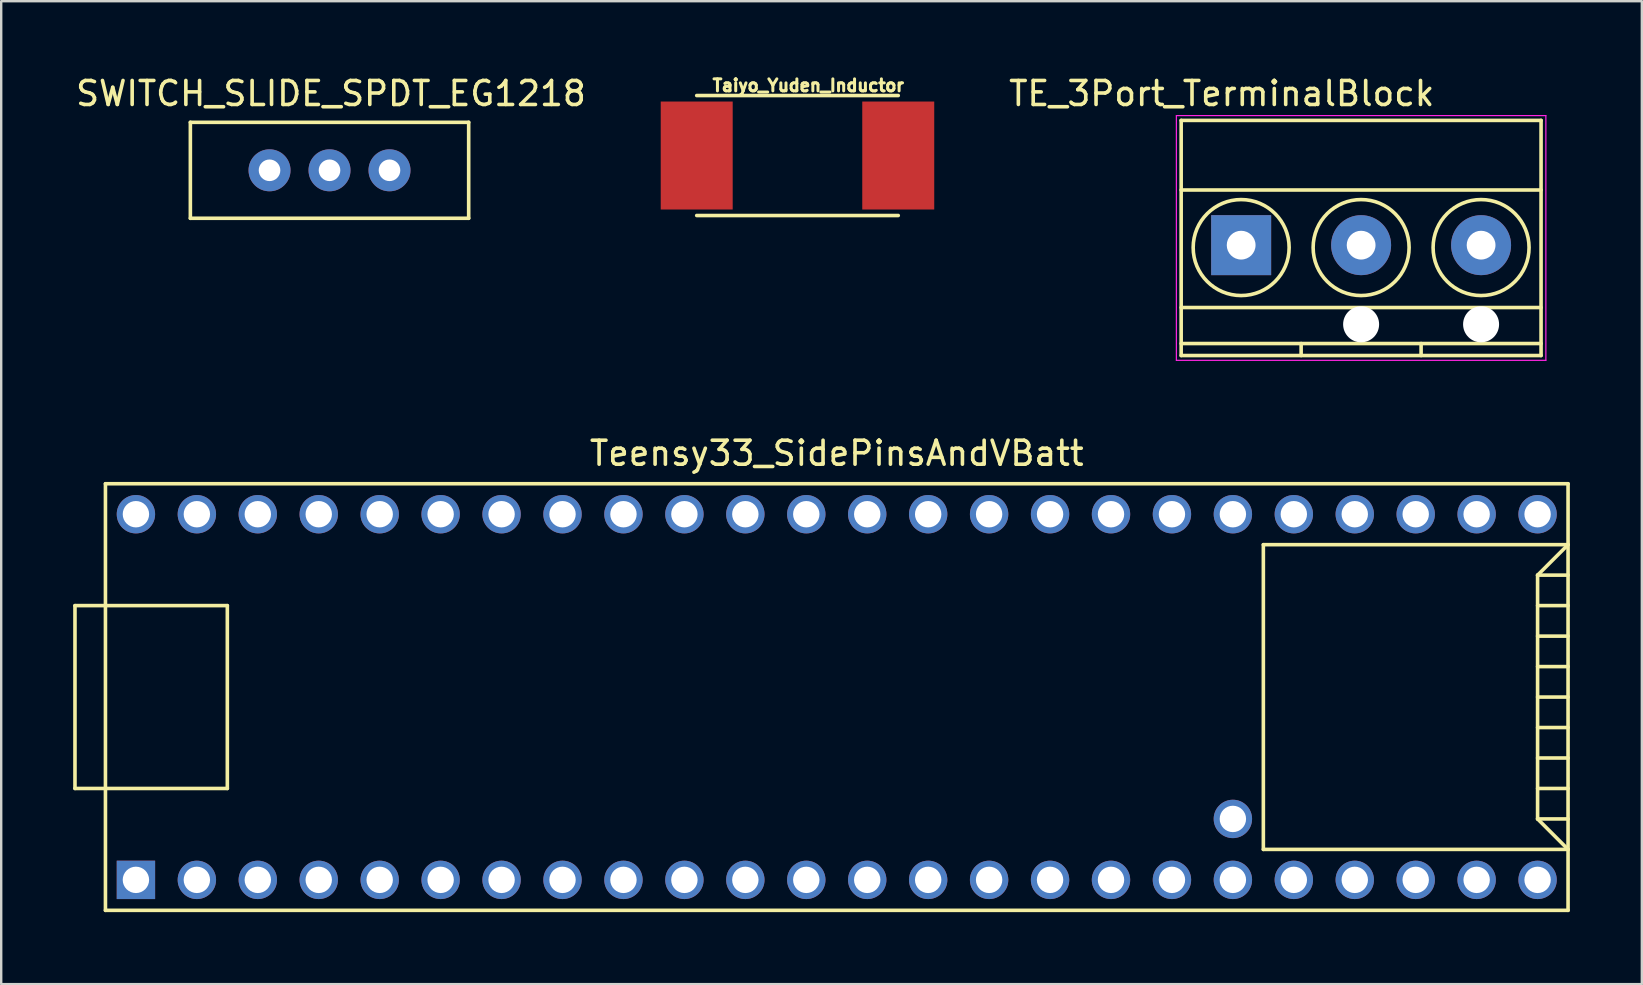
<source format=kicad_pcb>
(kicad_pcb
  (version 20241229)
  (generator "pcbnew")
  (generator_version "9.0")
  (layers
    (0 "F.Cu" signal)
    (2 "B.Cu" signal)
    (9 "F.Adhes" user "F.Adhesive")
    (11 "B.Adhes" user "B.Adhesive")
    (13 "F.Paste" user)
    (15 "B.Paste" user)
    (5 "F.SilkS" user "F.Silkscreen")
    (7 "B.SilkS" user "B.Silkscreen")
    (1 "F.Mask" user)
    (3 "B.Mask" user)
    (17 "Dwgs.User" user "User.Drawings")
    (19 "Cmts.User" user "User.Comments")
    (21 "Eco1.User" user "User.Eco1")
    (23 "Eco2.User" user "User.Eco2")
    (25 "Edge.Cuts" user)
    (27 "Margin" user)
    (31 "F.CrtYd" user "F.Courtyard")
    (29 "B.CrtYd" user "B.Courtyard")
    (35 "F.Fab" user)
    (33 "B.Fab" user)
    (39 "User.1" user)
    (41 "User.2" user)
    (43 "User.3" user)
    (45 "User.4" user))
  (footprint "TE_3Port_TerminalBlock"
    (layer "F.Cu")
    (at 48.68 7.168)
    (property "Reference" "TE_3Port_TerminalBlock" (at -0.81 -6.32 180) (layer "F.SilkS") (effects (font (size 1 1) (thickness 0.15))))
    (attr through_hole)
    (fp_line (start -2.5 -5.2) (end -2.5 4.6) (stroke (width 0.15) (type solid)) (layer "F.SilkS"))
    (fp_line (start -2.5 -2.3) (end 12.5 -2.3) (stroke (width 0.15) (type solid)) (layer "F.SilkS"))
    (fp_line (start -2.5 2.6) (end 12.5 2.6) (stroke (width 0.15) (type solid)) (layer "F.SilkS"))
    (fp_line (start -2.5 4.1) (end 12.5 4.1) (stroke (width 0.15) (type solid)) (layer "F.SilkS"))
    (fp_line (start -2.5 4.6) (end 12.5 4.6) (stroke (width 0.15) (type solid)) (layer "F.SilkS"))
    (fp_line (start 2.5 4.1) (end 2.5 4.6) (stroke (width 0.15) (type solid)) (layer "F.SilkS"))
    (fp_line (start 7.5 4.1) (end 7.5 4.6) (stroke (width 0.15) (type solid)) (layer "F.SilkS"))
    (fp_line (start 12.5 -5.2) (end -2.5 -5.2) (stroke (width 0.15) (type solid)) (layer "F.SilkS"))
    (fp_line (start 12.5 4.6) (end 12.5 -5.2) (stroke (width 0.15) (type solid)) (layer "F.SilkS"))
    (fp_circle (center 0 0.1) (end 2 0.1) (stroke (width 0.15) (type solid)) (fill no) (layer "F.SilkS"))
    (fp_circle (center 5 0.1) (end 3 0.1) (stroke (width 0.15) (type solid)) (fill no) (layer "F.SilkS"))
    (fp_circle (center 10 0.1) (end 8 0.1) (stroke (width 0.15) (type solid)) (fill no) (layer "F.SilkS"))
    (fp_line (start -2.7 -5.4) (end 12.7 -5.4) (stroke (width 0.05) (type solid)) (layer "F.CrtYd"))
    (fp_line (start -2.7 4.8) (end -2.7 -5.4) (stroke (width 0.05) (type solid)) (layer "F.CrtYd"))
    (fp_line (start 12.7 -5.4) (end 12.7 4.8) (stroke (width 0.05) (type solid)) (layer "F.CrtYd"))
    (fp_line (start 12.7 4.8) (end -2.7 4.8) (stroke (width 0.05) (type solid)) (layer "F.CrtYd"))
    (pad "" np_thru_hole circle (at 5 3.3) (size 1.5 1.5) (drill 1.5) (layers "*.Cu" "*.Mask"))
    (pad "" np_thru_hole circle (at 10 3.3) (size 1.5 1.5) (drill 1.5) (layers "*.Cu" "*.Mask"))
    (pad "1" thru_hole rect (at 0 0) (size 2.5 2.5) (drill 1.2) (layers "*.Cu" "*.Mask"))
    (pad "2" thru_hole circle (at 5 0) (size 2.5 2.5) (drill 1.2) (layers "*.Cu" "*.Mask"))
    (pad "3" thru_hole circle (at 10 0) (size 2.5 2.5) (drill 1.2) (layers "*.Cu" "*.Mask")))
  (footprint "Teensy33_SidePinsAndVBatt"
    (layer "F.Cu")
    (at 31.825 26.002)
    (property "Reference" "Teensy33_SidePinsAndVBatt" (at 0 -10.16 0) (layer "F.SilkS") (effects (font (size 1 1) (thickness 0.15))))
    (attr through_hole)
    (fp_line (start -31.75 -3.81) (end -30.48 -3.81) (stroke (width 0.15) (type solid)) (layer "F.SilkS"))
    (fp_line (start -31.75 3.81) (end -31.75 -3.81) (stroke (width 0.15) (type solid)) (layer "F.SilkS"))
    (fp_line (start -30.48 3.81) (end -31.75 3.81) (stroke (width 0.15) (type solid)) (layer "F.SilkS"))
    (fp_line (start -30.48 8.89) (end -30.48 -8.89) (stroke (width 0.15) (type solid)) (layer "F.SilkS"))
    (fp_line (start -30.48 8.89) (end 30.48 8.89) (stroke (width 0.15) (type solid)) (layer "F.SilkS"))
    (fp_line (start -25.4 -3.81) (end -30.48 -3.81) (stroke (width 0.15) (type solid)) (layer "F.SilkS"))
    (fp_line (start -25.4 3.81) (end -30.48 3.81) (stroke (width 0.15) (type solid)) (layer "F.SilkS"))
    (fp_line (start -25.4 3.81) (end -25.4 -3.81) (stroke (width 0.15) (type solid)) (layer "F.SilkS"))
    (fp_line (start 17.78 -6.35) (end 17.78 6.35) (stroke (width 0.15) (type solid)) (layer "F.SilkS"))
    (fp_line (start 17.78 6.35) (end 30.48 6.35) (stroke (width 0.15) (type solid)) (layer "F.SilkS"))
    (fp_line (start 29.21 -5.08) (end 30.48 -6.35) (stroke (width 0.15) (type solid)) (layer "F.SilkS"))
    (fp_line (start 29.21 -5.08) (end 30.48 -5.08) (stroke (width 0.15) (type solid)) (layer "F.SilkS"))
    (fp_line (start 29.21 -3.81) (end 30.48 -3.81) (stroke (width 0.15) (type solid)) (layer "F.SilkS"))
    (fp_line (start 29.21 -2.54) (end 30.48 -2.54) (stroke (width 0.15) (type solid)) (layer "F.SilkS"))
    (fp_line (start 29.21 -1.27) (end 30.48 -1.27) (stroke (width 0.15) (type solid)) (layer "F.SilkS"))
    (fp_line (start 29.21 0) (end 30.48 0) (stroke (width 0.15) (type solid)) (layer "F.SilkS"))
    (fp_line (start 29.21 1.27) (end 30.48 1.27) (stroke (width 0.15) (type solid)) (layer "F.SilkS"))
    (fp_line (start 29.21 2.54) (end 30.48 2.54) (stroke (width 0.15) (type solid)) (layer "F.SilkS"))
    (fp_line (start 29.21 3.81) (end 30.48 3.81) (stroke (width 0.15) (type solid)) (layer "F.SilkS"))
    (fp_line (start 29.21 5.08) (end 29.21 -5.08) (stroke (width 0.15) (type solid)) (layer "F.SilkS"))
    (fp_line (start 29.21 5.08) (end 30.48 5.08) (stroke (width 0.15) (type solid)) (layer "F.SilkS"))
    (fp_line (start 30.48 -8.89) (end -30.48 -8.89) (stroke (width 0.15) (type solid)) (layer "F.SilkS"))
    (fp_line (start 30.48 -8.89) (end 30.48 8.89) (stroke (width 0.15) (type solid)) (layer "F.SilkS"))
    (fp_line (start 30.48 -6.35) (end 17.78 -6.35) (stroke (width 0.15) (type solid)) (layer "F.SilkS"))
    (fp_line (start 30.48 6.35) (end 29.21 5.08) (stroke (width 0.15) (type solid)) (layer "F.SilkS"))
    (pad "1" thru_hole rect (at -29.21 7.62) (size 1.6 1.6) (drill 1.1) (layers "*.Cu" "*.Mask"))
    (pad "2" thru_hole circle (at -26.67 7.62) (size 1.6 1.6) (drill 1.1) (layers "*.Cu" "*.Mask"))
    (pad "3" thru_hole circle (at -24.13 7.62) (size 1.6 1.6) (drill 1.1) (layers "*.Cu" "*.Mask"))
    (pad "4" thru_hole circle (at -21.59 7.62) (size 1.6 1.6) (drill 1.1) (layers "*.Cu" "*.Mask"))
    (pad "5" thru_hole circle (at -19.05 7.62) (size 1.6 1.6) (drill 1.1) (layers "*.Cu" "*.Mask"))
    (pad "6" thru_hole circle (at -16.51 7.62) (size 1.6 1.6) (drill 1.1) (layers "*.Cu" "*.Mask"))
    (pad "7" thru_hole circle (at -13.97 7.62) (size 1.6 1.6) (drill 1.1) (layers "*.Cu" "*.Mask"))
    (pad "8" thru_hole circle (at -11.43 7.62) (size 1.6 1.6) (drill 1.1) (layers "*.Cu" "*.Mask"))
    (pad "9" thru_hole circle (at -8.89 7.62) (size 1.6 1.6) (drill 1.1) (layers "*.Cu" "*.Mask"))
    (pad "10" thru_hole circle (at -6.35 7.62) (size 1.6 1.6) (drill 1.1) (layers "*.Cu" "*.Mask"))
    (pad "11" thru_hole circle (at -3.81 7.62) (size 1.6 1.6) (drill 1.1) (layers "*.Cu" "*.Mask"))
    (pad "12" thru_hole circle (at -1.27 7.62) (size 1.6 1.6) (drill 1.1) (layers "*.Cu" "*.Mask"))
    (pad "13" thru_hole circle (at 1.27 7.62) (size 1.6 1.6) (drill 1.1) (layers "*.Cu" "*.Mask"))
    (pad "14" thru_hole circle (at 3.81 7.62) (size 1.6 1.6) (drill 1.1) (layers "*.Cu" "*.Mask"))
    (pad "15" thru_hole circle (at 6.35 7.62) (size 1.6 1.6) (drill 1.1) (layers "*.Cu" "*.Mask"))
    (pad "16" thru_hole circle (at 8.89 7.62) (size 1.6 1.6) (drill 1.1) (layers "*.Cu" "*.Mask"))
    (pad "17" thru_hole circle (at 11.43 7.62) (size 1.6 1.6) (drill 1.1) (layers "*.Cu" "*.Mask"))
    (pad "18" thru_hole circle (at 13.97 7.62) (size 1.6 1.6) (drill 1.1) (layers "*.Cu" "*.Mask"))
    (pad "19" thru_hole circle (at 16.51 7.62) (size 1.6 1.6) (drill 1.1) (layers "*.Cu" "*.Mask"))
    (pad "20" thru_hole circle (at 19.05 7.62) (size 1.6 1.6) (drill 1.1) (layers "*.Cu" "*.Mask"))
    (pad "21" thru_hole circle (at 21.59 7.62) (size 1.6 1.6) (drill 1.1) (layers "*.Cu" "*.Mask"))
    (pad "22" thru_hole circle (at 24.13 7.62) (size 1.6 1.6) (drill 1.1) (layers "*.Cu" "*.Mask"))
    (pad "23" thru_hole circle (at 26.67 7.62) (size 1.6 1.6) (drill 1.1) (layers "*.Cu" "*.Mask"))
    (pad "24" thru_hole circle (at 29.21 7.62) (size 1.6 1.6) (drill 1.1) (layers "*.Cu" "*.Mask"))
    (pad "25" thru_hole circle (at 16.51 5.08) (size 1.6 1.6) (drill 1.1) (layers "*.Cu" "*.Mask"))
    (pad "30" thru_hole circle (at 29.21 -7.62) (size 1.6 1.6) (drill 1.1) (layers "*.Cu" "*.Mask"))
    (pad "31" thru_hole circle (at 26.67 -7.62) (size 1.6 1.6) (drill 1.1) (layers "*.Cu" "*.Mask"))
    (pad "32" thru_hole circle (at 24.13 -7.62) (size 1.6 1.6) (drill 1.1) (layers "*.Cu" "*.Mask"))
    (pad "33" thru_hole circle (at 21.59 -7.62) (size 1.6 1.6) (drill 1.1) (layers "*.Cu" "*.Mask"))
    (pad "34" thru_hole circle (at 19.05 -7.62) (size 1.6 1.6) (drill 1.1) (layers "*.Cu" "*.Mask"))
    (pad "35" thru_hole circle (at 16.51 -7.62) (size 1.6 1.6) (drill 1.1) (layers "*.Cu" "*.Mask"))
    (pad "36" thru_hole circle (at 13.97 -7.62) (size 1.6 1.6) (drill 1.1) (layers "*.Cu" "*.Mask"))
    (pad "37" thru_hole circle (at 11.43 -7.62) (size 1.6 1.6) (drill 1.1) (layers "*.Cu" "*.Mask"))
    (pad "38" thru_hole circle (at 8.89 -7.62) (size 1.6 1.6) (drill 1.1) (layers "*.Cu" "*.Mask"))
    (pad "39" thru_hole circle (at 6.35 -7.62) (size 1.6 1.6) (drill 1.1) (layers "*.Cu" "*.Mask"))
    (pad "40" thru_hole circle (at 3.81 -7.62) (size 1.6 1.6) (drill 1.1) (layers "*.Cu" "*.Mask"))
    (pad "41" thru_hole circle (at 1.27 -7.62) (size 1.6 1.6) (drill 1.1) (layers "*.Cu" "*.Mask"))
    (pad "42" thru_hole circle (at -1.27 -7.62) (size 1.6 1.6) (drill 1.1) (layers "*.Cu" "*.Mask"))
    (pad "43" thru_hole circle (at -3.81 -7.62) (size 1.6 1.6) (drill 1.1) (layers "*.Cu" "*.Mask"))
    (pad "44" thru_hole circle (at -6.35 -7.62) (size 1.6 1.6) (drill 1.1) (layers "*.Cu" "*.Mask"))
    (pad "45" thru_hole circle (at -8.89 -7.62) (size 1.6 1.6) (drill 1.1) (layers "*.Cu" "*.Mask"))
    (pad "46" thru_hole circle (at -11.43 -7.62) (size 1.6 1.6) (drill 1.1) (layers "*.Cu" "*.Mask"))
    (pad "47" thru_hole circle (at -13.97 -7.62) (size 1.6 1.6) (drill 1.1) (layers "*.Cu" "*.Mask"))
    (pad "48" thru_hole circle (at -16.51 -7.62) (size 1.6 1.6) (drill 1.1) (layers "*.Cu" "*.Mask"))
    (pad "49" thru_hole circle (at -19.05 -7.62) (size 1.6 1.6) (drill 1.1) (layers "*.Cu" "*.Mask"))
    (pad "50" thru_hole circle (at -21.59 -7.62) (size 1.6 1.6) (drill 1.1) (layers "*.Cu" "*.Mask"))
    (pad "51" thru_hole circle (at -24.13 -7.62) (size 1.6 1.6) (drill 1.1) (layers "*.Cu" "*.Mask"))
    (pad "52" thru_hole circle (at -26.67 -7.62) (size 1.6 1.6) (drill 1.1) (layers "*.Cu" "*.Mask"))
    (pad "53" thru_hole circle (at -29.21 -7.62) (size 1.6 1.6) (drill 1.1) (layers "*.Cu" "*.Mask")))
  (footprint "Taiyo_Yuden_Inductor"
    (layer "F.Cu")
    (at 25.988 3.432)
    (property "Reference" "Taiyo_Yuden_Inductor" (at 4.65 -2.92 0) (layer "F.SilkS") (effects (font (size 0.5 0.5) (thickness 0.125))))
    (attr through_hole)
    (fp_line (start 0 -2.5) (end 8.4 -2.5) (stroke (width 0.15) (type solid)) (layer "F.SilkS"))
    (fp_line (start 0 2.5) (end 8.4 2.5) (stroke (width 0.15) (type solid)) (layer "F.SilkS"))
    (pad "1" smd rect (at 0 0) (size 3 4.5) (layers "F.Cu" "F.Mask" "F.Paste"))
    (pad "2" smd rect (at 8.4 0) (size 3 4.5) (layers "F.Cu" "F.Mask" "F.Paste")))
  (footprint "SWITCH_SLIDE_SPDT_EG1218"
    (layer "F.Cu")
    (at 10.684 4.048)
    (property "Reference" "SWITCH_SLIDE_SPDT_EG1218" (at 0.06 -3.2 0) (layer "F.SilkS") (effects (font (size 1 1) (thickness 0.15))))
    (attr through_hole)
    (fp_line (start -5.8 -2) (end 5.8 -2) (stroke (width 0.15) (type solid)) (layer "F.SilkS"))
    (fp_line (start -5.8 2) (end -5.8 -2) (stroke (width 0.15) (type solid)) (layer "F.SilkS"))
    (fp_line (start 5.8 -2) (end 5.8 2) (stroke (width 0.15) (type solid)) (layer "F.SilkS"))
    (fp_line (start 5.8 2) (end -5.8 2) (stroke (width 0.15) (type solid)) (layer "F.SilkS"))
    (pad "1" thru_hole circle (at -2.5 0) (size 1.75 1.75) (drill 0.9) (layers "*.Cu" "*.Mask"))
    (pad "2" thru_hole circle (at 0 0) (size 1.75 1.75) (drill 0.9) (layers "*.Cu" "*.Mask"))
    (pad "3" thru_hole circle (at 2.5 0) (size 1.75 1.75) (drill 0.9) (layers "*.Cu" "*.Mask")))
  (gr_rect
    (start -3 -3)
    (end 65.38 37.967)
    (stroke (width 0.1) (type default))
    (fill no)
    (layer "Edge.Cuts")))
</source>
